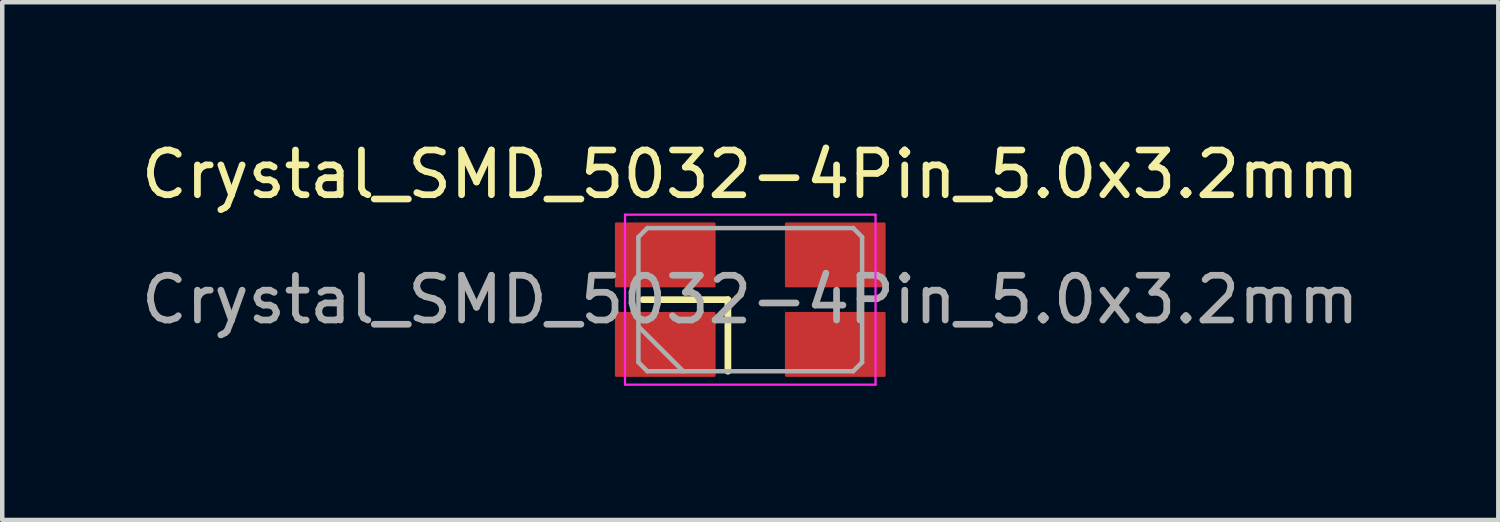
<source format=kicad_pcb>
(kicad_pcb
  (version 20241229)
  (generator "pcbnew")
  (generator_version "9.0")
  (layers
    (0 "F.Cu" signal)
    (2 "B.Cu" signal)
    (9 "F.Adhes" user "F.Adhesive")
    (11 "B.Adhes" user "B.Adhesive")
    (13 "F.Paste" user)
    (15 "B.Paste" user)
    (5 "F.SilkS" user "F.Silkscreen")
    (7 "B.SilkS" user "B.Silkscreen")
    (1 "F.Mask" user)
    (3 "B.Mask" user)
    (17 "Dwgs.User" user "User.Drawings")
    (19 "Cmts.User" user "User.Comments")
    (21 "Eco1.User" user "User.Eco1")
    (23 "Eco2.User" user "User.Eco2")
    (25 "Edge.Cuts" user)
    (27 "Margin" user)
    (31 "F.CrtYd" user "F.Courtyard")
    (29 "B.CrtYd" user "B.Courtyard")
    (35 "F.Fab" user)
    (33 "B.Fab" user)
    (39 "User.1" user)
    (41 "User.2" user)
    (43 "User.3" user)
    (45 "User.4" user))
  (footprint "Crystal_SMD_5032-4Pin_5.0x3.2mm"
    (layer "F.Cu")
    (at 13.72 3.648)
    (property "Reference" "Crystal_SMD_5032-4Pin_5.0x3.2mm" (at 0 -2.8 0) (layer "F.SilkS") (effects (font (size 1 1) (thickness 0.15))))
    (attr smd)
    (fp_line (start -2.4 0) (end -0.5 0) (stroke (width 0.15) (type solid)) (layer "F.SilkS"))
    (fp_line (start -0.5 0) (end -0.5 1.6) (stroke (width 0.15) (type solid)) (layer "F.SilkS"))
    (fp_line (start -2.8 -1.9) (end -2.8 1.9) (stroke (width 0.05) (type solid)) (layer "F.CrtYd"))
    (fp_line (start -2.8 1.9) (end 2.8 1.9) (stroke (width 0.05) (type solid)) (layer "F.CrtYd"))
    (fp_line (start 2.8 -1.9) (end -2.8 -1.9) (stroke (width 0.05) (type solid)) (layer "F.CrtYd"))
    (fp_line (start 2.8 1.9) (end 2.8 -1.9) (stroke (width 0.05) (type solid)) (layer "F.CrtYd"))
    (fp_line (start -2.5 -1.4) (end -2.3 -1.6) (stroke (width 0.1) (type solid)) (layer "F.Fab"))
    (fp_line (start -2.5 0.6) (end -1.5 1.6) (stroke (width 0.1) (type solid)) (layer "F.Fab"))
    (fp_line (start -2.5 1.4) (end -2.5 -1.4) (stroke (width 0.1) (type solid)) (layer "F.Fab"))
    (fp_line (start -2.3 -1.6) (end 2.3 -1.6) (stroke (width 0.1) (type solid)) (layer "F.Fab"))
    (fp_line (start -2.3 1.6) (end -2.5 1.4) (stroke (width 0.1) (type solid)) (layer "F.Fab"))
    (fp_line (start 2.3 -1.6) (end 2.5 -1.4) (stroke (width 0.1) (type solid)) (layer "F.Fab"))
    (fp_line (start 2.3 1.6) (end -2.3 1.6) (stroke (width 0.1) (type solid)) (layer "F.Fab"))
    (fp_line (start 2.5 -1.4) (end 2.5 1.4) (stroke (width 0.1) (type solid)) (layer "F.Fab"))
    (fp_line (start 2.5 1.4) (end 2.3 1.6) (stroke (width 0.1) (type solid)) (layer "F.Fab"))
    (fp_text user "${REFERENCE}" (at 0 0 0) (layer "F.Fab") (effects (font (size 1 1) (thickness 0.15))))
    (pad "1" smd custom (at -1.65 1) (size 1.6 1.3) (layers "F.Cu" "F.Mask" "F.Paste") (options (anchor rect)) (primitives (gr_poly (pts (xy 0.85 0.7) (xy -1.35 0.7) (xy -1.35 -0.7) (xy 0.85 -0.7)) (width 0.05) (fill yes))))
    (pad "2" smd custom (at 1.65 1) (size 1.6 1.3) (layers "F.Cu" "F.Mask" "F.Paste") (options (anchor rect)) (primitives (gr_poly (pts (xy -0.85 -0.7) (xy 1.35 -0.7) (xy 1.35 0.7) (xy -0.85 0.7)) (width 0.05) (fill yes))))
    (pad "3" smd custom (at 1.65 -1) (size 1.6 1.3) (layers "F.Cu" "F.Mask" "F.Paste") (options (anchor rect)) (primitives (gr_poly (pts (xy -0.85 -0.7) (xy 1.35 -0.7) (xy 1.35 0.7) (xy -0.85 0.7)) (width 0.05) (fill yes))))
    (pad "4" smd custom (at -1.65 -1) (size 1.6 1.3) (layers "F.Cu" "F.Mask" "F.Paste") (options (anchor rect)) (primitives (gr_poly (pts (xy 0.85 0.7) (xy -1.35 0.7) (xy -1.35 -0.7) (xy 0.85 -0.7)) (width 0.05) (fill yes)))))
  (gr_rect
    (start -3 -3)
    (end 30.44 8.573)
    (stroke (width 0.1) (type default))
    (fill no)
    (layer "Edge.Cuts")))
</source>
